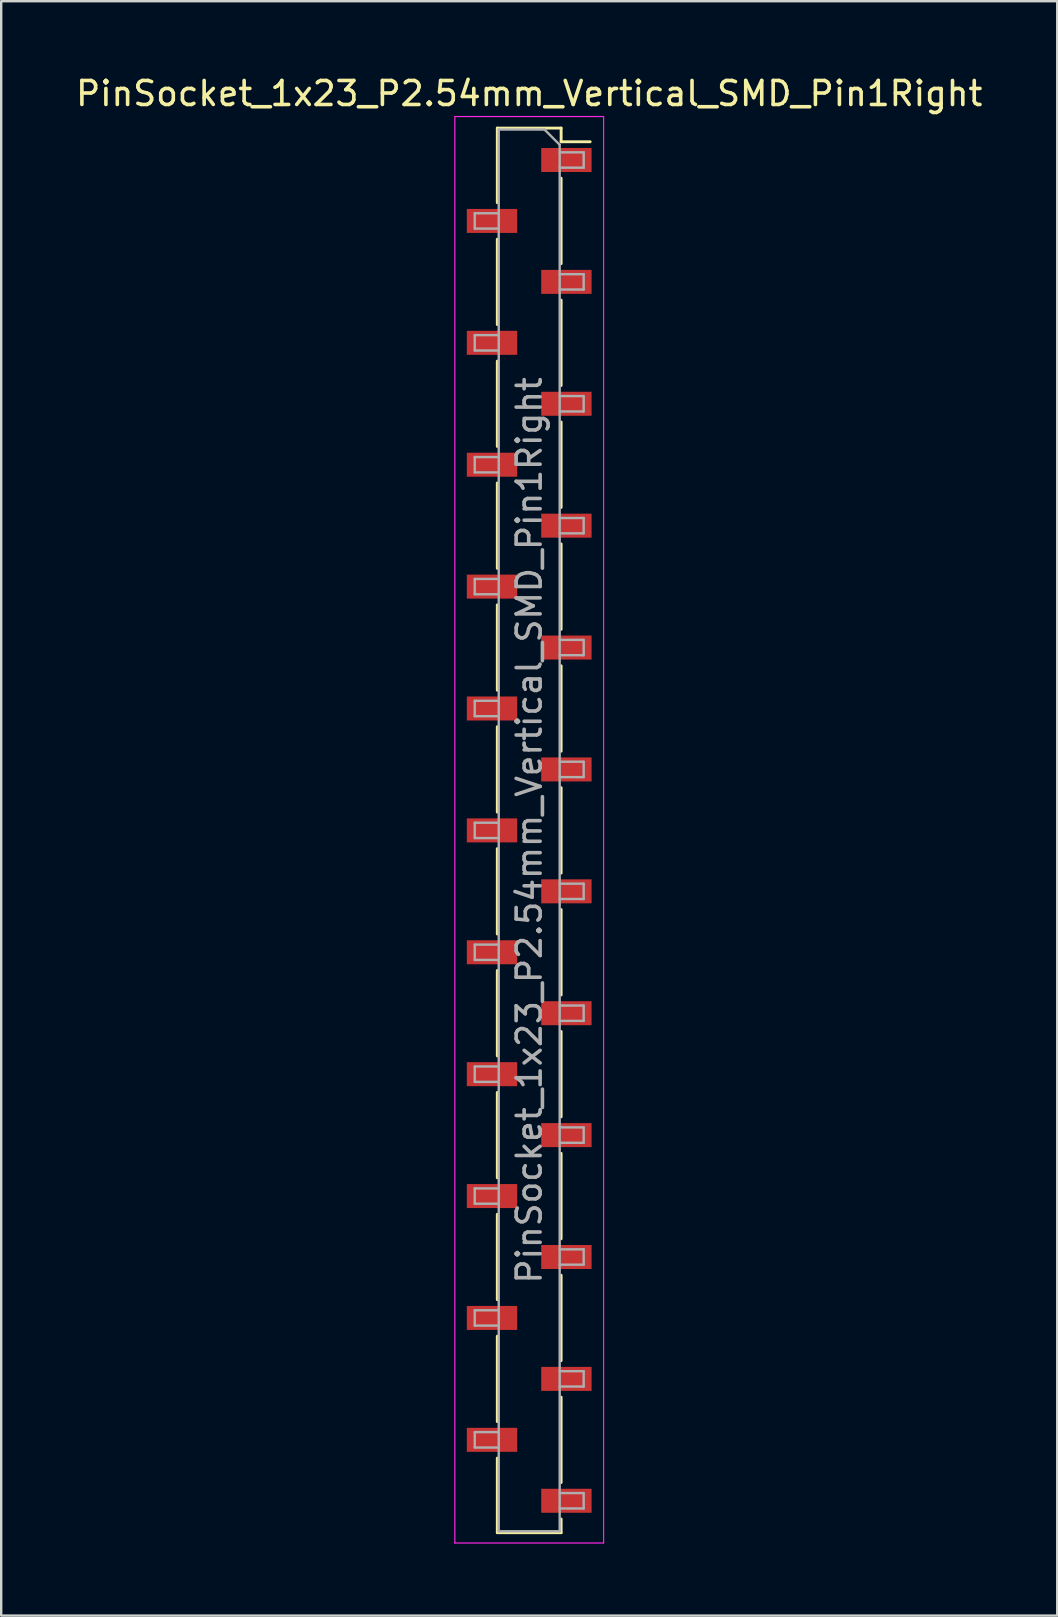
<source format=kicad_pcb>
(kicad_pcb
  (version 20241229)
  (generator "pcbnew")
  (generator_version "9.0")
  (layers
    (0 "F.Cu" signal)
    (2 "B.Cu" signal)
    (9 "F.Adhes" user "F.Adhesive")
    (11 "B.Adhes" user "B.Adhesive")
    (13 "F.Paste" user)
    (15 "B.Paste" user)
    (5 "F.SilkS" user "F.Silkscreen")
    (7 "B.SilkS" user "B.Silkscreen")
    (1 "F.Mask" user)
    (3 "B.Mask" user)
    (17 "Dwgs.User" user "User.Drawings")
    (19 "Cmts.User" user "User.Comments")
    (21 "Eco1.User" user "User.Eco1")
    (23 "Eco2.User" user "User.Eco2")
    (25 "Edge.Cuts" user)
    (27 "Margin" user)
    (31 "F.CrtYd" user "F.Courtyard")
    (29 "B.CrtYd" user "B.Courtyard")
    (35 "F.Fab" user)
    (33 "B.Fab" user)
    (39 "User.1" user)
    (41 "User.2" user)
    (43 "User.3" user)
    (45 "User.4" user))
  (footprint "PinSocket_1x23_P2.54mm_Vertical_SMD_Pin1Right"
    (layer "F.Cu")
    (at 19.006 31.558)
    (property "Reference" "PinSocket_1x23_P2.54mm_Vertical_SMD_Pin1Right" (at 0 -30.71 0) (layer "F.SilkS") (effects (font (size 1 1) (thickness 0.15))))
    (attr smd)
    (fp_line (start -1.33 -29.27) (end -1.33 -26.16) (stroke (width 0.12) (type solid)) (layer "F.SilkS"))
    (fp_line (start -1.33 -29.27) (end 1.33 -29.27) (stroke (width 0.12) (type solid)) (layer "F.SilkS"))
    (fp_line (start -1.33 -24.64) (end -1.33 -21.08) (stroke (width 0.12) (type solid)) (layer "F.SilkS"))
    (fp_line (start -1.33 -19.56) (end -1.33 -16) (stroke (width 0.12) (type solid)) (layer "F.SilkS"))
    (fp_line (start -1.33 -14.48) (end -1.33 -10.92) (stroke (width 0.12) (type solid)) (layer "F.SilkS"))
    (fp_line (start -1.33 -9.4) (end -1.33 -5.84) (stroke (width 0.12) (type solid)) (layer "F.SilkS"))
    (fp_line (start -1.33 -4.32) (end -1.33 -0.76) (stroke (width 0.12) (type solid)) (layer "F.SilkS"))
    (fp_line (start -1.33 0.76) (end -1.33 4.32) (stroke (width 0.12) (type solid)) (layer "F.SilkS"))
    (fp_line (start -1.33 5.84) (end -1.33 9.4) (stroke (width 0.12) (type solid)) (layer "F.SilkS"))
    (fp_line (start -1.33 10.92) (end -1.33 14.48) (stroke (width 0.12) (type solid)) (layer "F.SilkS"))
    (fp_line (start -1.33 16) (end -1.33 19.56) (stroke (width 0.12) (type solid)) (layer "F.SilkS"))
    (fp_line (start -1.33 21.08) (end -1.33 24.64) (stroke (width 0.12) (type solid)) (layer "F.SilkS"))
    (fp_line (start -1.33 26.16) (end -1.33 29.27) (stroke (width 0.12) (type solid)) (layer "F.SilkS"))
    (fp_line (start -1.33 29.27) (end 1.33 29.27) (stroke (width 0.12) (type solid)) (layer "F.SilkS"))
    (fp_line (start 1.33 -29.27) (end 1.33 -28.7) (stroke (width 0.12) (type solid)) (layer "F.SilkS"))
    (fp_line (start 1.33 -28.7) (end 2.54 -28.7) (stroke (width 0.12) (type solid)) (layer "F.SilkS"))
    (fp_line (start 1.33 -27.18) (end 1.33 -23.62) (stroke (width 0.12) (type solid)) (layer "F.SilkS"))
    (fp_line (start 1.33 -22.1) (end 1.33 -18.54) (stroke (width 0.12) (type solid)) (layer "F.SilkS"))
    (fp_line (start 1.33 -17.02) (end 1.33 -13.46) (stroke (width 0.12) (type solid)) (layer "F.SilkS"))
    (fp_line (start 1.33 -11.94) (end 1.33 -8.38) (stroke (width 0.12) (type solid)) (layer "F.SilkS"))
    (fp_line (start 1.33 -6.86) (end 1.33 -3.3) (stroke (width 0.12) (type solid)) (layer "F.SilkS"))
    (fp_line (start 1.33 -1.78) (end 1.33 1.78) (stroke (width 0.12) (type solid)) (layer "F.SilkS"))
    (fp_line (start 1.33 3.3) (end 1.33 6.86) (stroke (width 0.12) (type solid)) (layer "F.SilkS"))
    (fp_line (start 1.33 8.38) (end 1.33 11.94) (stroke (width 0.12) (type solid)) (layer "F.SilkS"))
    (fp_line (start 1.33 13.46) (end 1.33 17.02) (stroke (width 0.12) (type solid)) (layer "F.SilkS"))
    (fp_line (start 1.33 18.54) (end 1.33 22.1) (stroke (width 0.12) (type solid)) (layer "F.SilkS"))
    (fp_line (start 1.33 23.62) (end 1.33 27.18) (stroke (width 0.12) (type solid)) (layer "F.SilkS"))
    (fp_line (start 1.33 28.7) (end 1.33 29.27) (stroke (width 0.12) (type solid)) (layer "F.SilkS"))
    (fp_line (start -3.1 -29.75) (end 3.1 -29.75) (stroke (width 0.05) (type solid)) (layer "F.CrtYd"))
    (fp_line (start -3.1 29.7) (end -3.1 -29.75) (stroke (width 0.05) (type solid)) (layer "F.CrtYd"))
    (fp_line (start 3.1 -29.75) (end 3.1 29.7) (stroke (width 0.05) (type solid)) (layer "F.CrtYd"))
    (fp_line (start 3.1 29.7) (end -3.1 29.7) (stroke (width 0.05) (type solid)) (layer "F.CrtYd"))
    (fp_line (start -2.27 -25.72) (end -1.27 -25.72) (stroke (width 0.1) (type solid)) (layer "F.Fab"))
    (fp_line (start -2.27 -25.08) (end -2.27 -25.72) (stroke (width 0.1) (type solid)) (layer "F.Fab"))
    (fp_line (start -2.27 -20.64) (end -1.27 -20.64) (stroke (width 0.1) (type solid)) (layer "F.Fab"))
    (fp_line (start -2.27 -20) (end -2.27 -20.64) (stroke (width 0.1) (type solid)) (layer "F.Fab"))
    (fp_line (start -2.27 -15.56) (end -1.27 -15.56) (stroke (width 0.1) (type solid)) (layer "F.Fab"))
    (fp_line (start -2.27 -14.92) (end -2.27 -15.56) (stroke (width 0.1) (type solid)) (layer "F.Fab"))
    (fp_line (start -2.27 -10.48) (end -1.27 -10.48) (stroke (width 0.1) (type solid)) (layer "F.Fab"))
    (fp_line (start -2.27 -9.84) (end -2.27 -10.48) (stroke (width 0.1) (type solid)) (layer "F.Fab"))
    (fp_line (start -2.27 -5.4) (end -1.27 -5.4) (stroke (width 0.1) (type solid)) (layer "F.Fab"))
    (fp_line (start -2.27 -4.76) (end -2.27 -5.4) (stroke (width 0.1) (type solid)) (layer "F.Fab"))
    (fp_line (start -2.27 -0.32) (end -1.27 -0.32) (stroke (width 0.1) (type solid)) (layer "F.Fab"))
    (fp_line (start -2.27 0.32) (end -2.27 -0.32) (stroke (width 0.1) (type solid)) (layer "F.Fab"))
    (fp_line (start -2.27 4.76) (end -1.27 4.76) (stroke (width 0.1) (type solid)) (layer "F.Fab"))
    (fp_line (start -2.27 5.4) (end -2.27 4.76) (stroke (width 0.1) (type solid)) (layer "F.Fab"))
    (fp_line (start -2.27 9.84) (end -1.27 9.84) (stroke (width 0.1) (type solid)) (layer "F.Fab"))
    (fp_line (start -2.27 10.48) (end -2.27 9.84) (stroke (width 0.1) (type solid)) (layer "F.Fab"))
    (fp_line (start -2.27 14.92) (end -1.27 14.92) (stroke (width 0.1) (type solid)) (layer "F.Fab"))
    (fp_line (start -2.27 15.56) (end -2.27 14.92) (stroke (width 0.1) (type solid)) (layer "F.Fab"))
    (fp_line (start -2.27 20) (end -1.27 20) (stroke (width 0.1) (type solid)) (layer "F.Fab"))
    (fp_line (start -2.27 20.64) (end -2.27 20) (stroke (width 0.1) (type solid)) (layer "F.Fab"))
    (fp_line (start -2.27 25.08) (end -1.27 25.08) (stroke (width 0.1) (type solid)) (layer "F.Fab"))
    (fp_line (start -2.27 25.72) (end -2.27 25.08) (stroke (width 0.1) (type solid)) (layer "F.Fab"))
    (fp_line (start -1.27 -29.21) (end 0.635 -29.21) (stroke (width 0.1) (type solid)) (layer "F.Fab"))
    (fp_line (start -1.27 -25.08) (end -2.27 -25.08) (stroke (width 0.1) (type solid)) (layer "F.Fab"))
    (fp_line (start -1.27 -20) (end -2.27 -20) (stroke (width 0.1) (type solid)) (layer "F.Fab"))
    (fp_line (start -1.27 -14.92) (end -2.27 -14.92) (stroke (width 0.1) (type solid)) (layer "F.Fab"))
    (fp_line (start -1.27 -9.84) (end -2.27 -9.84) (stroke (width 0.1) (type solid)) (layer "F.Fab"))
    (fp_line (start -1.27 -4.76) (end -2.27 -4.76) (stroke (width 0.1) (type solid)) (layer "F.Fab"))
    (fp_line (start -1.27 0.32) (end -2.27 0.32) (stroke (width 0.1) (type solid)) (layer "F.Fab"))
    (fp_line (start -1.27 5.4) (end -2.27 5.4) (stroke (width 0.1) (type solid)) (layer "F.Fab"))
    (fp_line (start -1.27 10.48) (end -2.27 10.48) (stroke (width 0.1) (type solid)) (layer "F.Fab"))
    (fp_line (start -1.27 15.56) (end -2.27 15.56) (stroke (width 0.1) (type solid)) (layer "F.Fab"))
    (fp_line (start -1.27 20.64) (end -2.27 20.64) (stroke (width 0.1) (type solid)) (layer "F.Fab"))
    (fp_line (start -1.27 25.72) (end -2.27 25.72) (stroke (width 0.1) (type solid)) (layer "F.Fab"))
    (fp_line (start -1.27 29.21) (end -1.27 -29.21) (stroke (width 0.1) (type solid)) (layer "F.Fab"))
    (fp_line (start 0.635 -29.21) (end 1.27 -28.575) (stroke (width 0.1) (type solid)) (layer "F.Fab"))
    (fp_line (start 1.27 -28.575) (end 1.27 29.21) (stroke (width 0.1) (type solid)) (layer "F.Fab"))
    (fp_line (start 1.27 -28.26) (end 2.27 -28.26) (stroke (width 0.1) (type solid)) (layer "F.Fab"))
    (fp_line (start 1.27 -23.18) (end 2.27 -23.18) (stroke (width 0.1) (type solid)) (layer "F.Fab"))
    (fp_line (start 1.27 -18.1) (end 2.27 -18.1) (stroke (width 0.1) (type solid)) (layer "F.Fab"))
    (fp_line (start 1.27 -13.02) (end 2.27 -13.02) (stroke (width 0.1) (type solid)) (layer "F.Fab"))
    (fp_line (start 1.27 -7.94) (end 2.27 -7.94) (stroke (width 0.1) (type solid)) (layer "F.Fab"))
    (fp_line (start 1.27 -2.86) (end 2.27 -2.86) (stroke (width 0.1) (type solid)) (layer "F.Fab"))
    (fp_line (start 1.27 2.22) (end 2.27 2.22) (stroke (width 0.1) (type solid)) (layer "F.Fab"))
    (fp_line (start 1.27 7.3) (end 2.27 7.3) (stroke (width 0.1) (type solid)) (layer "F.Fab"))
    (fp_line (start 1.27 12.38) (end 2.27 12.38) (stroke (width 0.1) (type solid)) (layer "F.Fab"))
    (fp_line (start 1.27 17.46) (end 2.27 17.46) (stroke (width 0.1) (type solid)) (layer "F.Fab"))
    (fp_line (start 1.27 22.54) (end 2.27 22.54) (stroke (width 0.1) (type solid)) (layer "F.Fab"))
    (fp_line (start 1.27 27.62) (end 2.27 27.62) (stroke (width 0.1) (type solid)) (layer "F.Fab"))
    (fp_line (start 1.27 29.21) (end -1.27 29.21) (stroke (width 0.1) (type solid)) (layer "F.Fab"))
    (fp_line (start 2.27 -28.26) (end 2.27 -27.62) (stroke (width 0.1) (type solid)) (layer "F.Fab"))
    (fp_line (start 2.27 -27.62) (end 1.27 -27.62) (stroke (width 0.1) (type solid)) (layer "F.Fab"))
    (fp_line (start 2.27 -23.18) (end 2.27 -22.54) (stroke (width 0.1) (type solid)) (layer "F.Fab"))
    (fp_line (start 2.27 -22.54) (end 1.27 -22.54) (stroke (width 0.1) (type solid)) (layer "F.Fab"))
    (fp_line (start 2.27 -18.1) (end 2.27 -17.46) (stroke (width 0.1) (type solid)) (layer "F.Fab"))
    (fp_line (start 2.27 -17.46) (end 1.27 -17.46) (stroke (width 0.1) (type solid)) (layer "F.Fab"))
    (fp_line (start 2.27 -13.02) (end 2.27 -12.38) (stroke (width 0.1) (type solid)) (layer "F.Fab"))
    (fp_line (start 2.27 -12.38) (end 1.27 -12.38) (stroke (width 0.1) (type solid)) (layer "F.Fab"))
    (fp_line (start 2.27 -7.94) (end 2.27 -7.3) (stroke (width 0.1) (type solid)) (layer "F.Fab"))
    (fp_line (start 2.27 -7.3) (end 1.27 -7.3) (stroke (width 0.1) (type solid)) (layer "F.Fab"))
    (fp_line (start 2.27 -2.86) (end 2.27 -2.22) (stroke (width 0.1) (type solid)) (layer "F.Fab"))
    (fp_line (start 2.27 -2.22) (end 1.27 -2.22) (stroke (width 0.1) (type solid)) (layer "F.Fab"))
    (fp_line (start 2.27 2.22) (end 2.27 2.86) (stroke (width 0.1) (type solid)) (layer "F.Fab"))
    (fp_line (start 2.27 2.86) (end 1.27 2.86) (stroke (width 0.1) (type solid)) (layer "F.Fab"))
    (fp_line (start 2.27 7.3) (end 2.27 7.94) (stroke (width 0.1) (type solid)) (layer "F.Fab"))
    (fp_line (start 2.27 7.94) (end 1.27 7.94) (stroke (width 0.1) (type solid)) (layer "F.Fab"))
    (fp_line (start 2.27 12.38) (end 2.27 13.02) (stroke (width 0.1) (type solid)) (layer "F.Fab"))
    (fp_line (start 2.27 13.02) (end 1.27 13.02) (stroke (width 0.1) (type solid)) (layer "F.Fab"))
    (fp_line (start 2.27 17.46) (end 2.27 18.1) (stroke (width 0.1) (type solid)) (layer "F.Fab"))
    (fp_line (start 2.27 18.1) (end 1.27 18.1) (stroke (width 0.1) (type solid)) (layer "F.Fab"))
    (fp_line (start 2.27 22.54) (end 2.27 23.18) (stroke (width 0.1) (type solid)) (layer "F.Fab"))
    (fp_line (start 2.27 23.18) (end 1.27 23.18) (stroke (width 0.1) (type solid)) (layer "F.Fab"))
    (fp_line (start 2.27 27.62) (end 2.27 28.26) (stroke (width 0.1) (type solid)) (layer "F.Fab"))
    (fp_line (start 2.27 28.26) (end 1.27 28.26) (stroke (width 0.1) (type solid)) (layer "F.Fab"))
    (fp_text user "${REFERENCE}" (at 0 0 90) (layer "F.Fab") (effects (font (size 1 1) (thickness 0.15))))
    (pad "1" smd rect (at 1.55 -27.94) (size 2.1 1) (layers "F.Cu" "F.Mask" "F.Paste"))
    (pad "2" smd rect (at -1.55 -25.4) (size 2.1 1) (layers "F.Cu" "F.Mask" "F.Paste"))
    (pad "3" smd rect (at 1.55 -22.86) (size 2.1 1) (layers "F.Cu" "F.Mask" "F.Paste"))
    (pad "4" smd rect (at -1.55 -20.32) (size 2.1 1) (layers "F.Cu" "F.Mask" "F.Paste"))
    (pad "5" smd rect (at 1.55 -17.78) (size 2.1 1) (layers "F.Cu" "F.Mask" "F.Paste"))
    (pad "6" smd rect (at -1.55 -15.24) (size 2.1 1) (layers "F.Cu" "F.Mask" "F.Paste"))
    (pad "7" smd rect (at 1.55 -12.7) (size 2.1 1) (layers "F.Cu" "F.Mask" "F.Paste"))
    (pad "8" smd rect (at -1.55 -10.16) (size 2.1 1) (layers "F.Cu" "F.Mask" "F.Paste"))
    (pad "9" smd rect (at 1.55 -7.62) (size 2.1 1) (layers "F.Cu" "F.Mask" "F.Paste"))
    (pad "10" smd rect (at -1.55 -5.08) (size 2.1 1) (layers "F.Cu" "F.Mask" "F.Paste"))
    (pad "11" smd rect (at 1.55 -2.54) (size 2.1 1) (layers "F.Cu" "F.Mask" "F.Paste"))
    (pad "12" smd rect (at -1.55 0) (size 2.1 1) (layers "F.Cu" "F.Mask" "F.Paste"))
    (pad "13" smd rect (at 1.55 2.54) (size 2.1 1) (layers "F.Cu" "F.Mask" "F.Paste"))
    (pad "14" smd rect (at -1.55 5.08) (size 2.1 1) (layers "F.Cu" "F.Mask" "F.Paste"))
    (pad "15" smd rect (at 1.55 7.62) (size 2.1 1) (layers "F.Cu" "F.Mask" "F.Paste"))
    (pad "16" smd rect (at -1.55 10.16) (size 2.1 1) (layers "F.Cu" "F.Mask" "F.Paste"))
    (pad "17" smd rect (at 1.55 12.7) (size 2.1 1) (layers "F.Cu" "F.Mask" "F.Paste"))
    (pad "18" smd rect (at -1.55 15.24) (size 2.1 1) (layers "F.Cu" "F.Mask" "F.Paste"))
    (pad "19" smd rect (at 1.55 17.78) (size 2.1 1) (layers "F.Cu" "F.Mask" "F.Paste"))
    (pad "20" smd rect (at -1.55 20.32) (size 2.1 1) (layers "F.Cu" "F.Mask" "F.Paste"))
    (pad "21" smd rect (at 1.55 22.86) (size 2.1 1) (layers "F.Cu" "F.Mask" "F.Paste"))
    (pad "22" smd rect (at -1.55 25.4) (size 2.1 1) (layers "F.Cu" "F.Mask" "F.Paste"))
    (pad "23" smd rect (at 1.55 27.94) (size 2.1 1) (layers "F.Cu" "F.Mask" "F.Paste")))
  (gr_rect
    (start -3 -3)
    (end 41.012 64.283)
    (stroke (width 0.1) (type default))
    (fill no)
    (layer "Edge.Cuts")))
</source>
